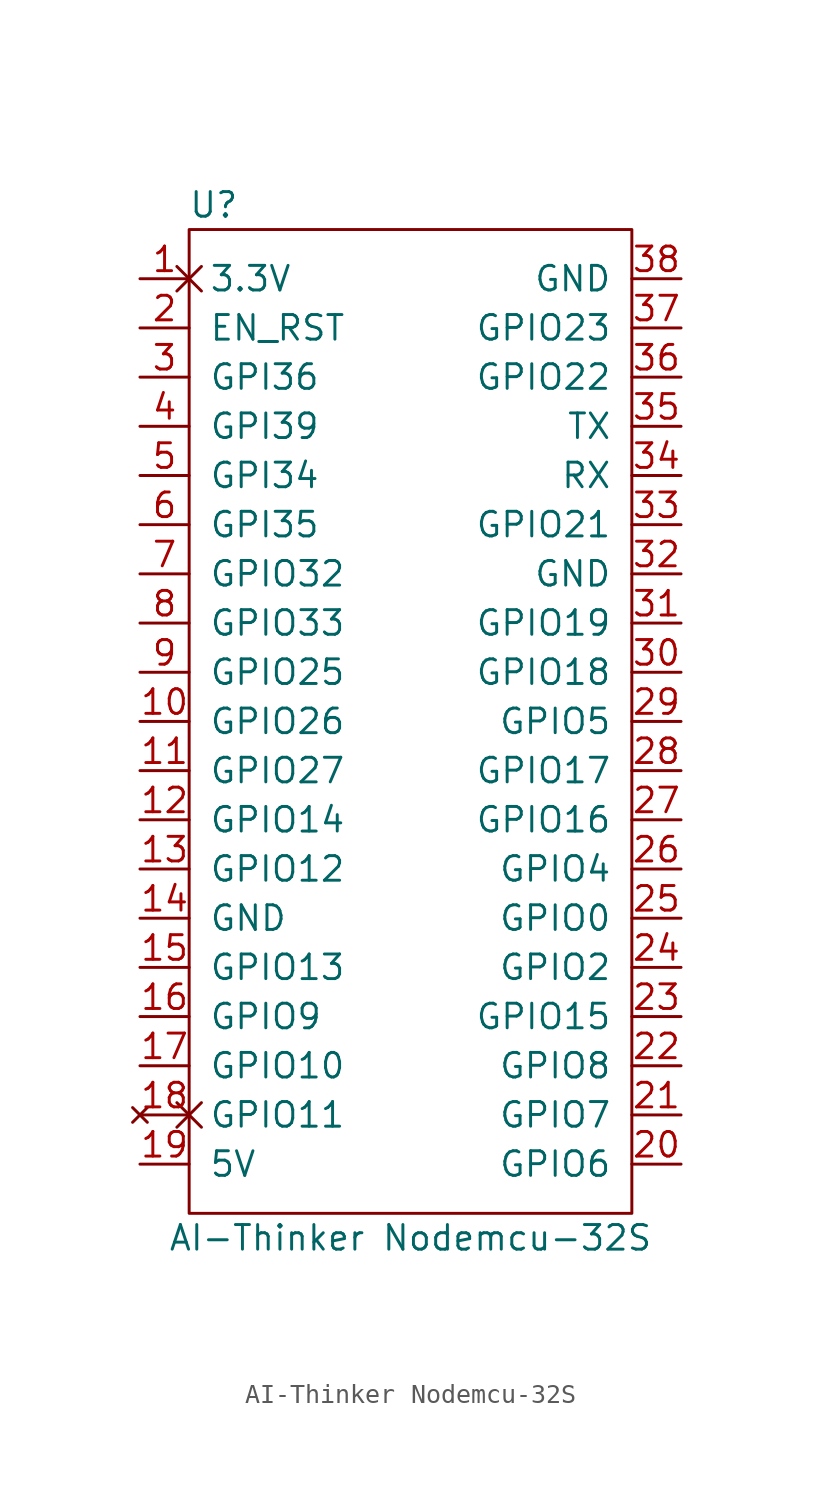
<source format=kicad_sym>
(kicad_symbol_lib
  (version 20211014)
  (generator kicad_symbol_editor)
  (symbol "AI-Thinker Nodemcu-32S"
    (pin_names
      (offset 1.016))
    (property "Reference" "U"
      (at -10.16 8.89 0)
      (effects (font (size 1.27 1.27))))
    (property "Value" "AI-Thinker Nodemcu-32S"
      (at 0 -44.45 0)
      (effects (font (size 1.27 1.27))))
    (property "Footprint" ""
      (at 1.27 -45.72 0)
      (effects (font (size 1.27 1.27))))
    (symbol "AI-Thinker Nodemcu-32S_0_1"
      (rectangle (start -11.43 7.62) (end 11.43 -43.18) (stroke (width 0) (type default) (color 0 0 0 0)) (fill (type none))))
    (symbol "AI-Thinker Nodemcu-32S_1_1"
      (pin power_out non_logic (at -13.97 5.08 0) (length 2.54) (name "3.3V" (effects (font (size 1.27 1.27)))) (number "1" (effects (font (size 1.27 1.27)))))
      (pin bidirectional line (at -13.97 -17.78 0) (length 2.54) (name "GPIO26" (effects (font (size 1.27 1.27)))) (number "10" (effects (font (size 1.27 1.27)))))
      (pin bidirectional line (at -13.97 -20.32 0) (length 2.54) (name "GPIO27" (effects (font (size 1.27 1.27)))) (number "11" (effects (font (size 1.27 1.27)))))
      (pin bidirectional line (at -13.97 -22.86 0) (length 2.54) (name "GPIO14" (effects (font (size 1.27 1.27)))) (number "12" (effects (font (size 1.27 1.27)))))
      (pin bidirectional line (at -13.97 -25.4 0) (length 2.54) (name "GPIO12" (effects (font (size 1.27 1.27)))) (number "13" (effects (font (size 1.27 1.27)))))
      (pin power_in line (at -13.97 -27.94 0) (length 2.54) (name "GND" (effects (font (size 1.27 1.27)))) (number "14" (effects (font (size 1.27 1.27)))))
      (pin bidirectional line (at -13.97 -30.48 0) (length 2.54) (name "GPIO13" (effects (font (size 1.27 1.27)))) (number "15" (effects (font (size 1.27 1.27)))))
      (pin bidirectional line (at -13.97 -33.02 0) (length 2.54) (name "GPIO9" (effects (font (size 1.27 1.27)))) (number "16" (effects (font (size 1.27 1.27)))))
      (pin bidirectional line (at -13.97 -35.56 0) (length 2.54) (name "GPIO10" (effects (font (size 1.27 1.27)))) (number "17" (effects (font (size 1.27 1.27)))))
      (pin no_connect non_logic (at -13.97 -38.1 0) (length 2.54) (name "GPIO11" (effects (font (size 1.27 1.27)))) (number "18" (effects (font (size 1.27 1.27)))))
      (pin power_in line (at -13.97 -40.64 0) (length 2.54) (name "5V" (effects (font (size 1.27 1.27)))) (number "19" (effects (font (size 1.27 1.27)))))
      (pin bidirectional line (at -13.97 2.54 0) (length 2.54) (name "EN_RST" (effects (font (size 1.27 1.27)))) (number "2" (effects (font (size 1.27 1.27)))))
      (pin bidirectional line (at 13.97 -40.64 180) (length 2.54) (name "GPIO6" (effects (font (size 1.27 1.27)))) (number "20" (effects (font (size 1.27 1.27)))))
      (pin bidirectional line (at 13.97 -38.1 180) (length 2.54) (name "GPIO7" (effects (font (size 1.27 1.27)))) (number "21" (effects (font (size 1.27 1.27)))))
      (pin bidirectional line (at 13.97 -35.56 180) (length 2.54) (name "GPIO8" (effects (font (size 1.27 1.27)))) (number "22" (effects (font (size 1.27 1.27)))))
      (pin bidirectional line (at 13.97 -33.02 180) (length 2.54) (name "GPIO15" (effects (font (size 1.27 1.27)))) (number "23" (effects (font (size 1.27 1.27)))))
      (pin bidirectional line (at 13.97 -30.48 180) (length 2.54) (name "GPIO2" (effects (font (size 1.27 1.27)))) (number "24" (effects (font (size 1.27 1.27)))))
      (pin bidirectional line (at 13.97 -27.94 180) (length 2.54) (name "GPIO0" (effects (font (size 1.27 1.27)))) (number "25" (effects (font (size 1.27 1.27)))))
      (pin bidirectional line (at 13.97 -25.4 180) (length 2.54) (name "GPIO4" (effects (font (size 1.27 1.27)))) (number "26" (effects (font (size 1.27 1.27)))))
      (pin bidirectional line (at 13.97 -22.86 180) (length 2.54) (name "GPIO16" (effects (font (size 1.27 1.27)))) (number "27" (effects (font (size 1.27 1.27)))))
      (pin bidirectional line (at 13.97 -20.32 180) (length 2.54) (name "GPIO17" (effects (font (size 1.27 1.27)))) (number "28" (effects (font (size 1.27 1.27)))))
      (pin bidirectional line (at 13.97 -17.78 180) (length 2.54) (name "GPIO5" (effects (font (size 1.27 1.27)))) (number "29" (effects (font (size 1.27 1.27)))))
      (pin input line (at -13.97 0 0) (length 2.54) (name "GPI36" (effects (font (size 1.27 1.27)))) (number "3" (effects (font (size 1.27 1.27)))))
      (pin bidirectional line (at 13.97 -15.24 180) (length 2.54) (name "GPIO18" (effects (font (size 1.27 1.27)))) (number "30" (effects (font (size 1.27 1.27)))))
      (pin bidirectional line (at 13.97 -12.7 180) (length 2.54) (name "GPIO19" (effects (font (size 1.27 1.27)))) (number "31" (effects (font (size 1.27 1.27)))))
      (pin tri_state line (at 13.97 -10.16 180) (length 2.54) (name "GND" (effects (font (size 1.27 1.27)))) (number "32" (effects (font (size 1.27 1.27)))))
      (pin bidirectional line (at 13.97 -7.62 180) (length 2.54) (name "GPIO21" (effects (font (size 1.27 1.27)))) (number "33" (effects (font (size 1.27 1.27)))))
      (pin bidirectional line (at 13.97 -5.08 180) (length 2.54) (name "RX" (effects (font (size 1.27 1.27)))) (number "34" (effects (font (size 1.27 1.27)))))
      (pin bidirectional line (at 13.97 -2.54 180) (length 2.54) (name "TX" (effects (font (size 1.27 1.27)))) (number "35" (effects (font (size 1.27 1.27)))))
      (pin bidirectional line (at 13.97 0 180) (length 2.54) (name "GPIO22" (effects (font (size 1.27 1.27)))) (number "36" (effects (font (size 1.27 1.27)))))
      (pin bidirectional line (at 13.97 2.54 180) (length 2.54) (name "GPIO23" (effects (font (size 1.27 1.27)))) (number "37" (effects (font (size 1.27 1.27)))))
      (pin passive line (at 13.97 5.08 180) (length 2.54) (name "GND" (effects (font (size 1.27 1.27)))) (number "38" (effects (font (size 1.27 1.27)))))
      (pin input line (at -13.97 -2.54 0) (length 2.54) (name "GPI39" (effects (font (size 1.27 1.27)))) (number "4" (effects (font (size 1.27 1.27)))))
      (pin input line (at -13.97 -5.08 0) (length 2.54) (name "GPI34" (effects (font (size 1.27 1.27)))) (number "5" (effects (font (size 1.27 1.27)))))
      (pin input line (at -13.97 -7.62 0) (length 2.54) (name "GPI35" (effects (font (size 1.27 1.27)))) (number "6" (effects (font (size 1.27 1.27)))))
      (pin bidirectional line (at -13.97 -10.16 0) (length 2.54) (name "GPIO32" (effects (font (size 1.27 1.27)))) (number "7" (effects (font (size 1.27 1.27)))))
      (pin bidirectional line (at -13.97 -12.7 0) (length 2.54) (name "GPIO33" (effects (font (size 1.27 1.27)))) (number "8" (effects (font (size 1.27 1.27)))))
      (pin bidirectional line (at -13.97 -15.24 0) (length 2.54) (name "GPIO25" (effects (font (size 1.27 1.27)))) (number "9" (effects (font (size 1.27 1.27))))))))
</source>
